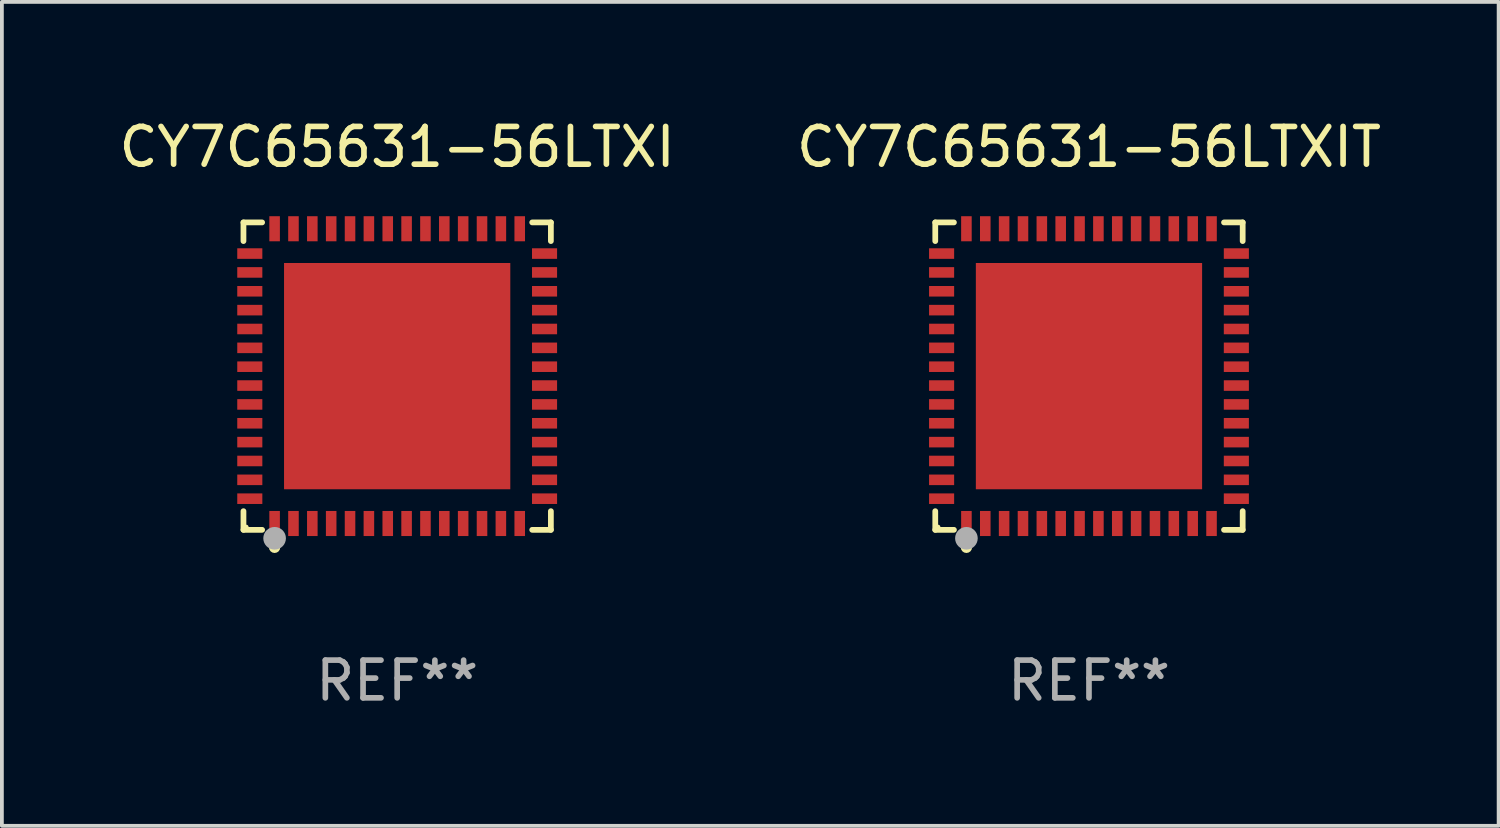
<source format=kicad_pcb>
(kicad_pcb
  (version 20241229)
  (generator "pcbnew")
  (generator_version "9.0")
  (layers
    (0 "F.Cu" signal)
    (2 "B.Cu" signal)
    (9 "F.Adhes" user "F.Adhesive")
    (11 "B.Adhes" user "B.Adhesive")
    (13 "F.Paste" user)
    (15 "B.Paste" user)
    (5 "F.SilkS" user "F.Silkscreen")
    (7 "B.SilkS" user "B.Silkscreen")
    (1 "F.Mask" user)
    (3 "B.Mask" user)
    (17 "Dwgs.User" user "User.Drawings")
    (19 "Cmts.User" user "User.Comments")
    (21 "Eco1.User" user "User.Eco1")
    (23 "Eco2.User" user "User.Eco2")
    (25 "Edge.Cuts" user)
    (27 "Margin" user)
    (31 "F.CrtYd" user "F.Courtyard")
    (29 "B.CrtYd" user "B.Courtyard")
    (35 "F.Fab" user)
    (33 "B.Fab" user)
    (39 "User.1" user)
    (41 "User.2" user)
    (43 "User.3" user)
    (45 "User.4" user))
  (footprint "CY7C65631-56LTXI"
    (layer "F.Cu")
    (at 7.482 6.924)
    (property "Reference" "CY7C65631-56LTXI" (at 0 -6.076 0) (layer "F.SilkS") (effects (font (size 1 1) (thickness 0.15))))
    (attr through_hole)
    (fp_line (start -4.076 -4.076) (end -3.581 -4.076) (stroke (width 0.152) (type solid)) (layer "F.SilkS"))
    (fp_line (start -4.076 -3.581) (end -4.076 -4.076) (stroke (width 0.152) (type solid)) (layer "F.SilkS"))
    (fp_line (start -4.076 3.581) (end -4.076 4.076) (stroke (width 0.152) (type solid)) (layer "F.SilkS"))
    (fp_line (start -4.076 4.076) (end -3.581 4.076) (stroke (width 0.152) (type solid)) (layer "F.SilkS"))
    (fp_line (start 4.076 -4.076) (end 3.581 -4.076) (stroke (width 0.152) (type solid)) (layer "F.SilkS"))
    (fp_line (start 4.076 -3.581) (end 4.076 -4.076) (stroke (width 0.152) (type solid)) (layer "F.SilkS"))
    (fp_line (start 4.076 3.581) (end 4.076 4.076) (stroke (width 0.152) (type solid)) (layer "F.SilkS"))
    (fp_line (start 4.076 4.076) (end 3.581 4.076) (stroke (width 0.152) (type solid)) (layer "F.SilkS"))
    (fp_circle (center -4 4) (end -3.97 4) (stroke (width 0.06) (type solid)) (fill no) (layer "F.SilkS"))
    (fp_circle (center -3.25 4.54) (end -3.175 4.54) (stroke (width 0.15) (type solid)) (fill no) (layer "F.SilkS"))
    (fp_circle (center -3.25 4.3) (end -3.1 4.3) (stroke (width 0.3) (type solid)) (fill no) (layer "F.Fab"))
    (fp_text user "REF**" (at 0 8.076 0) (layer "F.Fab") (effects (font (size 1 1) (thickness 0.15))))
    (pad "1" smd rect (at -3.25 3.908) (size 0.28 0.665) (layers "F.Cu" "F.Mask" "F.Paste"))
    (pad "2" smd rect (at -2.75 3.908) (size 0.28 0.665) (layers "F.Cu" "F.Mask" "F.Paste"))
    (pad "3" smd rect (at -2.25 3.908) (size 0.28 0.665) (layers "F.Cu" "F.Mask" "F.Paste"))
    (pad "4" smd rect (at -1.75 3.908) (size 0.28 0.665) (layers "F.Cu" "F.Mask" "F.Paste"))
    (pad "5" smd rect (at -1.25 3.908) (size 0.28 0.665) (layers "F.Cu" "F.Mask" "F.Paste"))
    (pad "6" smd rect (at -0.75 3.908) (size 0.28 0.665) (layers "F.Cu" "F.Mask" "F.Paste"))
    (pad "7" smd rect (at -0.25 3.908) (size 0.28 0.665) (layers "F.Cu" "F.Mask" "F.Paste"))
    (pad "8" smd rect (at 0.25 3.908) (size 0.28 0.665) (layers "F.Cu" "F.Mask" "F.Paste"))
    (pad "9" smd rect (at 0.75 3.908) (size 0.28 0.665) (layers "F.Cu" "F.Mask" "F.Paste"))
    (pad "10" smd rect (at 1.25 3.908) (size 0.28 0.665) (layers "F.Cu" "F.Mask" "F.Paste"))
    (pad "11" smd rect (at 1.75 3.908) (size 0.28 0.665) (layers "F.Cu" "F.Mask" "F.Paste"))
    (pad "12" smd rect (at 2.25 3.908) (size 0.28 0.665) (layers "F.Cu" "F.Mask" "F.Paste"))
    (pad "13" smd rect (at 2.75 3.908) (size 0.28 0.665) (layers "F.Cu" "F.Mask" "F.Paste"))
    (pad "14" smd rect (at 3.25 3.908) (size 0.28 0.665) (layers "F.Cu" "F.Mask" "F.Paste"))
    (pad "15" smd rect (at 3.908 3.25) (size 0.665 0.28) (layers "F.Cu" "F.Mask" "F.Paste"))
    (pad "16" smd rect (at 3.908 2.75) (size 0.665 0.28) (layers "F.Cu" "F.Mask" "F.Paste"))
    (pad "17" smd rect (at 3.908 2.25) (size 0.665 0.28) (layers "F.Cu" "F.Mask" "F.Paste"))
    (pad "18" smd rect (at 3.908 1.75) (size 0.665 0.28) (layers "F.Cu" "F.Mask" "F.Paste"))
    (pad "19" smd rect (at 3.908 1.25) (size 0.665 0.28) (layers "F.Cu" "F.Mask" "F.Paste"))
    (pad "20" smd rect (at 3.908 0.75) (size 0.665 0.28) (layers "F.Cu" "F.Mask" "F.Paste"))
    (pad "21" smd rect (at 3.908 0.25) (size 0.665 0.28) (layers "F.Cu" "F.Mask" "F.Paste"))
    (pad "22" smd rect (at 3.908 -0.25) (size 0.665 0.28) (layers "F.Cu" "F.Mask" "F.Paste"))
    (pad "23" smd rect (at 3.908 -0.75) (size 0.665 0.28) (layers "F.Cu" "F.Mask" "F.Paste"))
    (pad "24" smd rect (at 3.908 -1.25) (size 0.665 0.28) (layers "F.Cu" "F.Mask" "F.Paste"))
    (pad "25" smd rect (at 3.908 -1.75) (size 0.665 0.28) (layers "F.Cu" "F.Mask" "F.Paste"))
    (pad "26" smd rect (at 3.908 -2.25) (size 0.665 0.28) (layers "F.Cu" "F.Mask" "F.Paste"))
    (pad "27" smd rect (at 3.908 -2.75) (size 0.665 0.28) (layers "F.Cu" "F.Mask" "F.Paste"))
    (pad "28" smd rect (at 3.908 -3.25) (size 0.665 0.28) (layers "F.Cu" "F.Mask" "F.Paste"))
    (pad "29" smd rect (at 3.25 -3.908) (size 0.28 0.665) (layers "F.Cu" "F.Mask" "F.Paste"))
    (pad "30" smd rect (at 2.75 -3.908) (size 0.28 0.665) (layers "F.Cu" "F.Mask" "F.Paste"))
    (pad "31" smd rect (at 2.25 -3.908) (size 0.28 0.665) (layers "F.Cu" "F.Mask" "F.Paste"))
    (pad "32" smd rect (at 1.75 -3.908) (size 0.28 0.665) (layers "F.Cu" "F.Mask" "F.Paste"))
    (pad "33" smd rect (at 1.25 -3.908) (size 0.28 0.665) (layers "F.Cu" "F.Mask" "F.Paste"))
    (pad "34" smd rect (at 0.75 -3.908) (size 0.28 0.665) (layers "F.Cu" "F.Mask" "F.Paste"))
    (pad "35" smd rect (at 0.25 -3.908) (size 0.28 0.665) (layers "F.Cu" "F.Mask" "F.Paste"))
    (pad "36" smd rect (at -0.25 -3.908) (size 0.28 0.665) (layers "F.Cu" "F.Mask" "F.Paste"))
    (pad "37" smd rect (at -0.75 -3.908) (size 0.28 0.665) (layers "F.Cu" "F.Mask" "F.Paste"))
    (pad "38" smd rect (at -1.25 -3.908) (size 0.28 0.665) (layers "F.Cu" "F.Mask" "F.Paste"))
    (pad "39" smd rect (at -1.75 -3.908) (size 0.28 0.665) (layers "F.Cu" "F.Mask" "F.Paste"))
    (pad "40" smd rect (at -2.25 -3.908) (size 0.28 0.665) (layers "F.Cu" "F.Mask" "F.Paste"))
    (pad "41" smd rect (at -2.75 -3.908) (size 0.28 0.665) (layers "F.Cu" "F.Mask" "F.Paste"))
    (pad "42" smd rect (at -3.25 -3.908) (size 0.28 0.665) (layers "F.Cu" "F.Mask" "F.Paste"))
    (pad "43" smd rect (at -3.908 -3.25) (size 0.665 0.28) (layers "F.Cu" "F.Mask" "F.Paste"))
    (pad "44" smd rect (at -3.908 -2.75) (size 0.665 0.28) (layers "F.Cu" "F.Mask" "F.Paste"))
    (pad "45" smd rect (at -3.908 -2.25) (size 0.665 0.28) (layers "F.Cu" "F.Mask" "F.Paste"))
    (pad "46" smd rect (at -3.908 -1.75) (size 0.665 0.28) (layers "F.Cu" "F.Mask" "F.Paste"))
    (pad "47" smd rect (at -3.908 -1.25) (size 0.665 0.28) (layers "F.Cu" "F.Mask" "F.Paste"))
    (pad "48" smd rect (at -3.908 -0.75) (size 0.665 0.28) (layers "F.Cu" "F.Mask" "F.Paste"))
    (pad "49" smd rect (at -3.908 -0.25) (size 0.665 0.28) (layers "F.Cu" "F.Mask" "F.Paste"))
    (pad "50" smd rect (at -3.908 0.25) (size 0.665 0.28) (layers "F.Cu" "F.Mask" "F.Paste"))
    (pad "51" smd rect (at -3.908 0.75) (size 0.665 0.28) (layers "F.Cu" "F.Mask" "F.Paste"))
    (pad "52" smd rect (at -3.908 1.25) (size 0.665 0.28) (layers "F.Cu" "F.Mask" "F.Paste"))
    (pad "53" smd rect (at -3.908 1.75) (size 0.665 0.28) (layers "F.Cu" "F.Mask" "F.Paste"))
    (pad "54" smd rect (at -3.908 2.25) (size 0.665 0.28) (layers "F.Cu" "F.Mask" "F.Paste"))
    (pad "55" smd rect (at -3.908 2.75) (size 0.665 0.28) (layers "F.Cu" "F.Mask" "F.Paste"))
    (pad "56" smd rect (at -3.908 3.25) (size 0.665 0.28) (layers "F.Cu" "F.Mask" "F.Paste"))
    (pad "57" smd rect (at 0 0) (size 6 6) (layers "F.Cu" "F.Mask" "F.Paste")))
  (footprint "CY7C65631-56LTXIT"
    (layer "F.Cu")
    (at 25.827 6.924)
    (property "Reference" "CY7C65631-56LTXIT" (at 0 -6.076 0) (layer "F.SilkS") (effects (font (size 1 1) (thickness 0.15))))
    (attr through_hole)
    (fp_line (start -4.076 -4.076) (end -3.581 -4.076) (stroke (width 0.152) (type solid)) (layer "F.SilkS"))
    (fp_line (start -4.076 -3.581) (end -4.076 -4.076) (stroke (width 0.152) (type solid)) (layer "F.SilkS"))
    (fp_line (start -4.076 3.581) (end -4.076 4.076) (stroke (width 0.152) (type solid)) (layer "F.SilkS"))
    (fp_line (start -4.076 4.076) (end -3.581 4.076) (stroke (width 0.152) (type solid)) (layer "F.SilkS"))
    (fp_line (start 4.076 -4.076) (end 3.581 -4.076) (stroke (width 0.152) (type solid)) (layer "F.SilkS"))
    (fp_line (start 4.076 -3.581) (end 4.076 -4.076) (stroke (width 0.152) (type solid)) (layer "F.SilkS"))
    (fp_line (start 4.076 3.581) (end 4.076 4.076) (stroke (width 0.152) (type solid)) (layer "F.SilkS"))
    (fp_line (start 4.076 4.076) (end 3.581 4.076) (stroke (width 0.152) (type solid)) (layer "F.SilkS"))
    (fp_circle (center -4 4) (end -3.97 4) (stroke (width 0.06) (type solid)) (fill no) (layer "F.SilkS"))
    (fp_circle (center -3.25 4.54) (end -3.175 4.54) (stroke (width 0.15) (type solid)) (fill no) (layer "F.SilkS"))
    (fp_circle (center -3.25 4.3) (end -3.1 4.3) (stroke (width 0.3) (type solid)) (fill no) (layer "F.Fab"))
    (fp_text user "REF**" (at 0 8.076 0) (layer "F.Fab") (effects (font (size 1 1) (thickness 0.15))))
    (pad "1" smd rect (at -3.25 3.908) (size 0.28 0.665) (layers "F.Cu" "F.Mask" "F.Paste"))
    (pad "2" smd rect (at -2.75 3.908) (size 0.28 0.665) (layers "F.Cu" "F.Mask" "F.Paste"))
    (pad "3" smd rect (at -2.25 3.908) (size 0.28 0.665) (layers "F.Cu" "F.Mask" "F.Paste"))
    (pad "4" smd rect (at -1.75 3.908) (size 0.28 0.665) (layers "F.Cu" "F.Mask" "F.Paste"))
    (pad "5" smd rect (at -1.25 3.908) (size 0.28 0.665) (layers "F.Cu" "F.Mask" "F.Paste"))
    (pad "6" smd rect (at -0.75 3.908) (size 0.28 0.665) (layers "F.Cu" "F.Mask" "F.Paste"))
    (pad "7" smd rect (at -0.25 3.908) (size 0.28 0.665) (layers "F.Cu" "F.Mask" "F.Paste"))
    (pad "8" smd rect (at 0.25 3.908) (size 0.28 0.665) (layers "F.Cu" "F.Mask" "F.Paste"))
    (pad "9" smd rect (at 0.75 3.908) (size 0.28 0.665) (layers "F.Cu" "F.Mask" "F.Paste"))
    (pad "10" smd rect (at 1.25 3.908) (size 0.28 0.665) (layers "F.Cu" "F.Mask" "F.Paste"))
    (pad "11" smd rect (at 1.75 3.908) (size 0.28 0.665) (layers "F.Cu" "F.Mask" "F.Paste"))
    (pad "12" smd rect (at 2.25 3.908) (size 0.28 0.665) (layers "F.Cu" "F.Mask" "F.Paste"))
    (pad "13" smd rect (at 2.75 3.908) (size 0.28 0.665) (layers "F.Cu" "F.Mask" "F.Paste"))
    (pad "14" smd rect (at 3.25 3.908) (size 0.28 0.665) (layers "F.Cu" "F.Mask" "F.Paste"))
    (pad "15" smd rect (at 3.908 3.25) (size 0.665 0.28) (layers "F.Cu" "F.Mask" "F.Paste"))
    (pad "16" smd rect (at 3.908 2.75) (size 0.665 0.28) (layers "F.Cu" "F.Mask" "F.Paste"))
    (pad "17" smd rect (at 3.908 2.25) (size 0.665 0.28) (layers "F.Cu" "F.Mask" "F.Paste"))
    (pad "18" smd rect (at 3.908 1.75) (size 0.665 0.28) (layers "F.Cu" "F.Mask" "F.Paste"))
    (pad "19" smd rect (at 3.908 1.25) (size 0.665 0.28) (layers "F.Cu" "F.Mask" "F.Paste"))
    (pad "20" smd rect (at 3.908 0.75) (size 0.665 0.28) (layers "F.Cu" "F.Mask" "F.Paste"))
    (pad "21" smd rect (at 3.908 0.25) (size 0.665 0.28) (layers "F.Cu" "F.Mask" "F.Paste"))
    (pad "22" smd rect (at 3.908 -0.25) (size 0.665 0.28) (layers "F.Cu" "F.Mask" "F.Paste"))
    (pad "23" smd rect (at 3.908 -0.75) (size 0.665 0.28) (layers "F.Cu" "F.Mask" "F.Paste"))
    (pad "24" smd rect (at 3.908 -1.25) (size 0.665 0.28) (layers "F.Cu" "F.Mask" "F.Paste"))
    (pad "25" smd rect (at 3.908 -1.75) (size 0.665 0.28) (layers "F.Cu" "F.Mask" "F.Paste"))
    (pad "26" smd rect (at 3.908 -2.25) (size 0.665 0.28) (layers "F.Cu" "F.Mask" "F.Paste"))
    (pad "27" smd rect (at 3.908 -2.75) (size 0.665 0.28) (layers "F.Cu" "F.Mask" "F.Paste"))
    (pad "28" smd rect (at 3.908 -3.25) (size 0.665 0.28) (layers "F.Cu" "F.Mask" "F.Paste"))
    (pad "29" smd rect (at 3.25 -3.908) (size 0.28 0.665) (layers "F.Cu" "F.Mask" "F.Paste"))
    (pad "30" smd rect (at 2.75 -3.908) (size 0.28 0.665) (layers "F.Cu" "F.Mask" "F.Paste"))
    (pad "31" smd rect (at 2.25 -3.908) (size 0.28 0.665) (layers "F.Cu" "F.Mask" "F.Paste"))
    (pad "32" smd rect (at 1.75 -3.908) (size 0.28 0.665) (layers "F.Cu" "F.Mask" "F.Paste"))
    (pad "33" smd rect (at 1.25 -3.908) (size 0.28 0.665) (layers "F.Cu" "F.Mask" "F.Paste"))
    (pad "34" smd rect (at 0.75 -3.908) (size 0.28 0.665) (layers "F.Cu" "F.Mask" "F.Paste"))
    (pad "35" smd rect (at 0.25 -3.908) (size 0.28 0.665) (layers "F.Cu" "F.Mask" "F.Paste"))
    (pad "36" smd rect (at -0.25 -3.908) (size 0.28 0.665) (layers "F.Cu" "F.Mask" "F.Paste"))
    (pad "37" smd rect (at -0.75 -3.908) (size 0.28 0.665) (layers "F.Cu" "F.Mask" "F.Paste"))
    (pad "38" smd rect (at -1.25 -3.908) (size 0.28 0.665) (layers "F.Cu" "F.Mask" "F.Paste"))
    (pad "39" smd rect (at -1.75 -3.908) (size 0.28 0.665) (layers "F.Cu" "F.Mask" "F.Paste"))
    (pad "40" smd rect (at -2.25 -3.908) (size 0.28 0.665) (layers "F.Cu" "F.Mask" "F.Paste"))
    (pad "41" smd rect (at -2.75 -3.908) (size 0.28 0.665) (layers "F.Cu" "F.Mask" "F.Paste"))
    (pad "42" smd rect (at -3.25 -3.908) (size 0.28 0.665) (layers "F.Cu" "F.Mask" "F.Paste"))
    (pad "43" smd rect (at -3.908 -3.25) (size 0.665 0.28) (layers "F.Cu" "F.Mask" "F.Paste"))
    (pad "44" smd rect (at -3.908 -2.75) (size 0.665 0.28) (layers "F.Cu" "F.Mask" "F.Paste"))
    (pad "45" smd rect (at -3.908 -2.25) (size 0.665 0.28) (layers "F.Cu" "F.Mask" "F.Paste"))
    (pad "46" smd rect (at -3.908 -1.75) (size 0.665 0.28) (layers "F.Cu" "F.Mask" "F.Paste"))
    (pad "47" smd rect (at -3.908 -1.25) (size 0.665 0.28) (layers "F.Cu" "F.Mask" "F.Paste"))
    (pad "48" smd rect (at -3.908 -0.75) (size 0.665 0.28) (layers "F.Cu" "F.Mask" "F.Paste"))
    (pad "49" smd rect (at -3.908 -0.25) (size 0.665 0.28) (layers "F.Cu" "F.Mask" "F.Paste"))
    (pad "50" smd rect (at -3.908 0.25) (size 0.665 0.28) (layers "F.Cu" "F.Mask" "F.Paste"))
    (pad "51" smd rect (at -3.908 0.75) (size 0.665 0.28) (layers "F.Cu" "F.Mask" "F.Paste"))
    (pad "52" smd rect (at -3.908 1.25) (size 0.665 0.28) (layers "F.Cu" "F.Mask" "F.Paste"))
    (pad "53" smd rect (at -3.908 1.75) (size 0.665 0.28) (layers "F.Cu" "F.Mask" "F.Paste"))
    (pad "54" smd rect (at -3.908 2.25) (size 0.665 0.28) (layers "F.Cu" "F.Mask" "F.Paste"))
    (pad "55" smd rect (at -3.908 2.75) (size 0.665 0.28) (layers "F.Cu" "F.Mask" "F.Paste"))
    (pad "56" smd rect (at -3.908 3.25) (size 0.665 0.28) (layers "F.Cu" "F.Mask" "F.Paste"))
    (pad "57" smd rect (at 0 0) (size 6 6) (layers "F.Cu" "F.Mask" "F.Paste")))
  (gr_rect
    (start -3 -3)
    (end 36.69 18.849)
    (stroke (width 0.1) (type default))
    (fill no)
    (layer "Edge.Cuts")))
</source>
